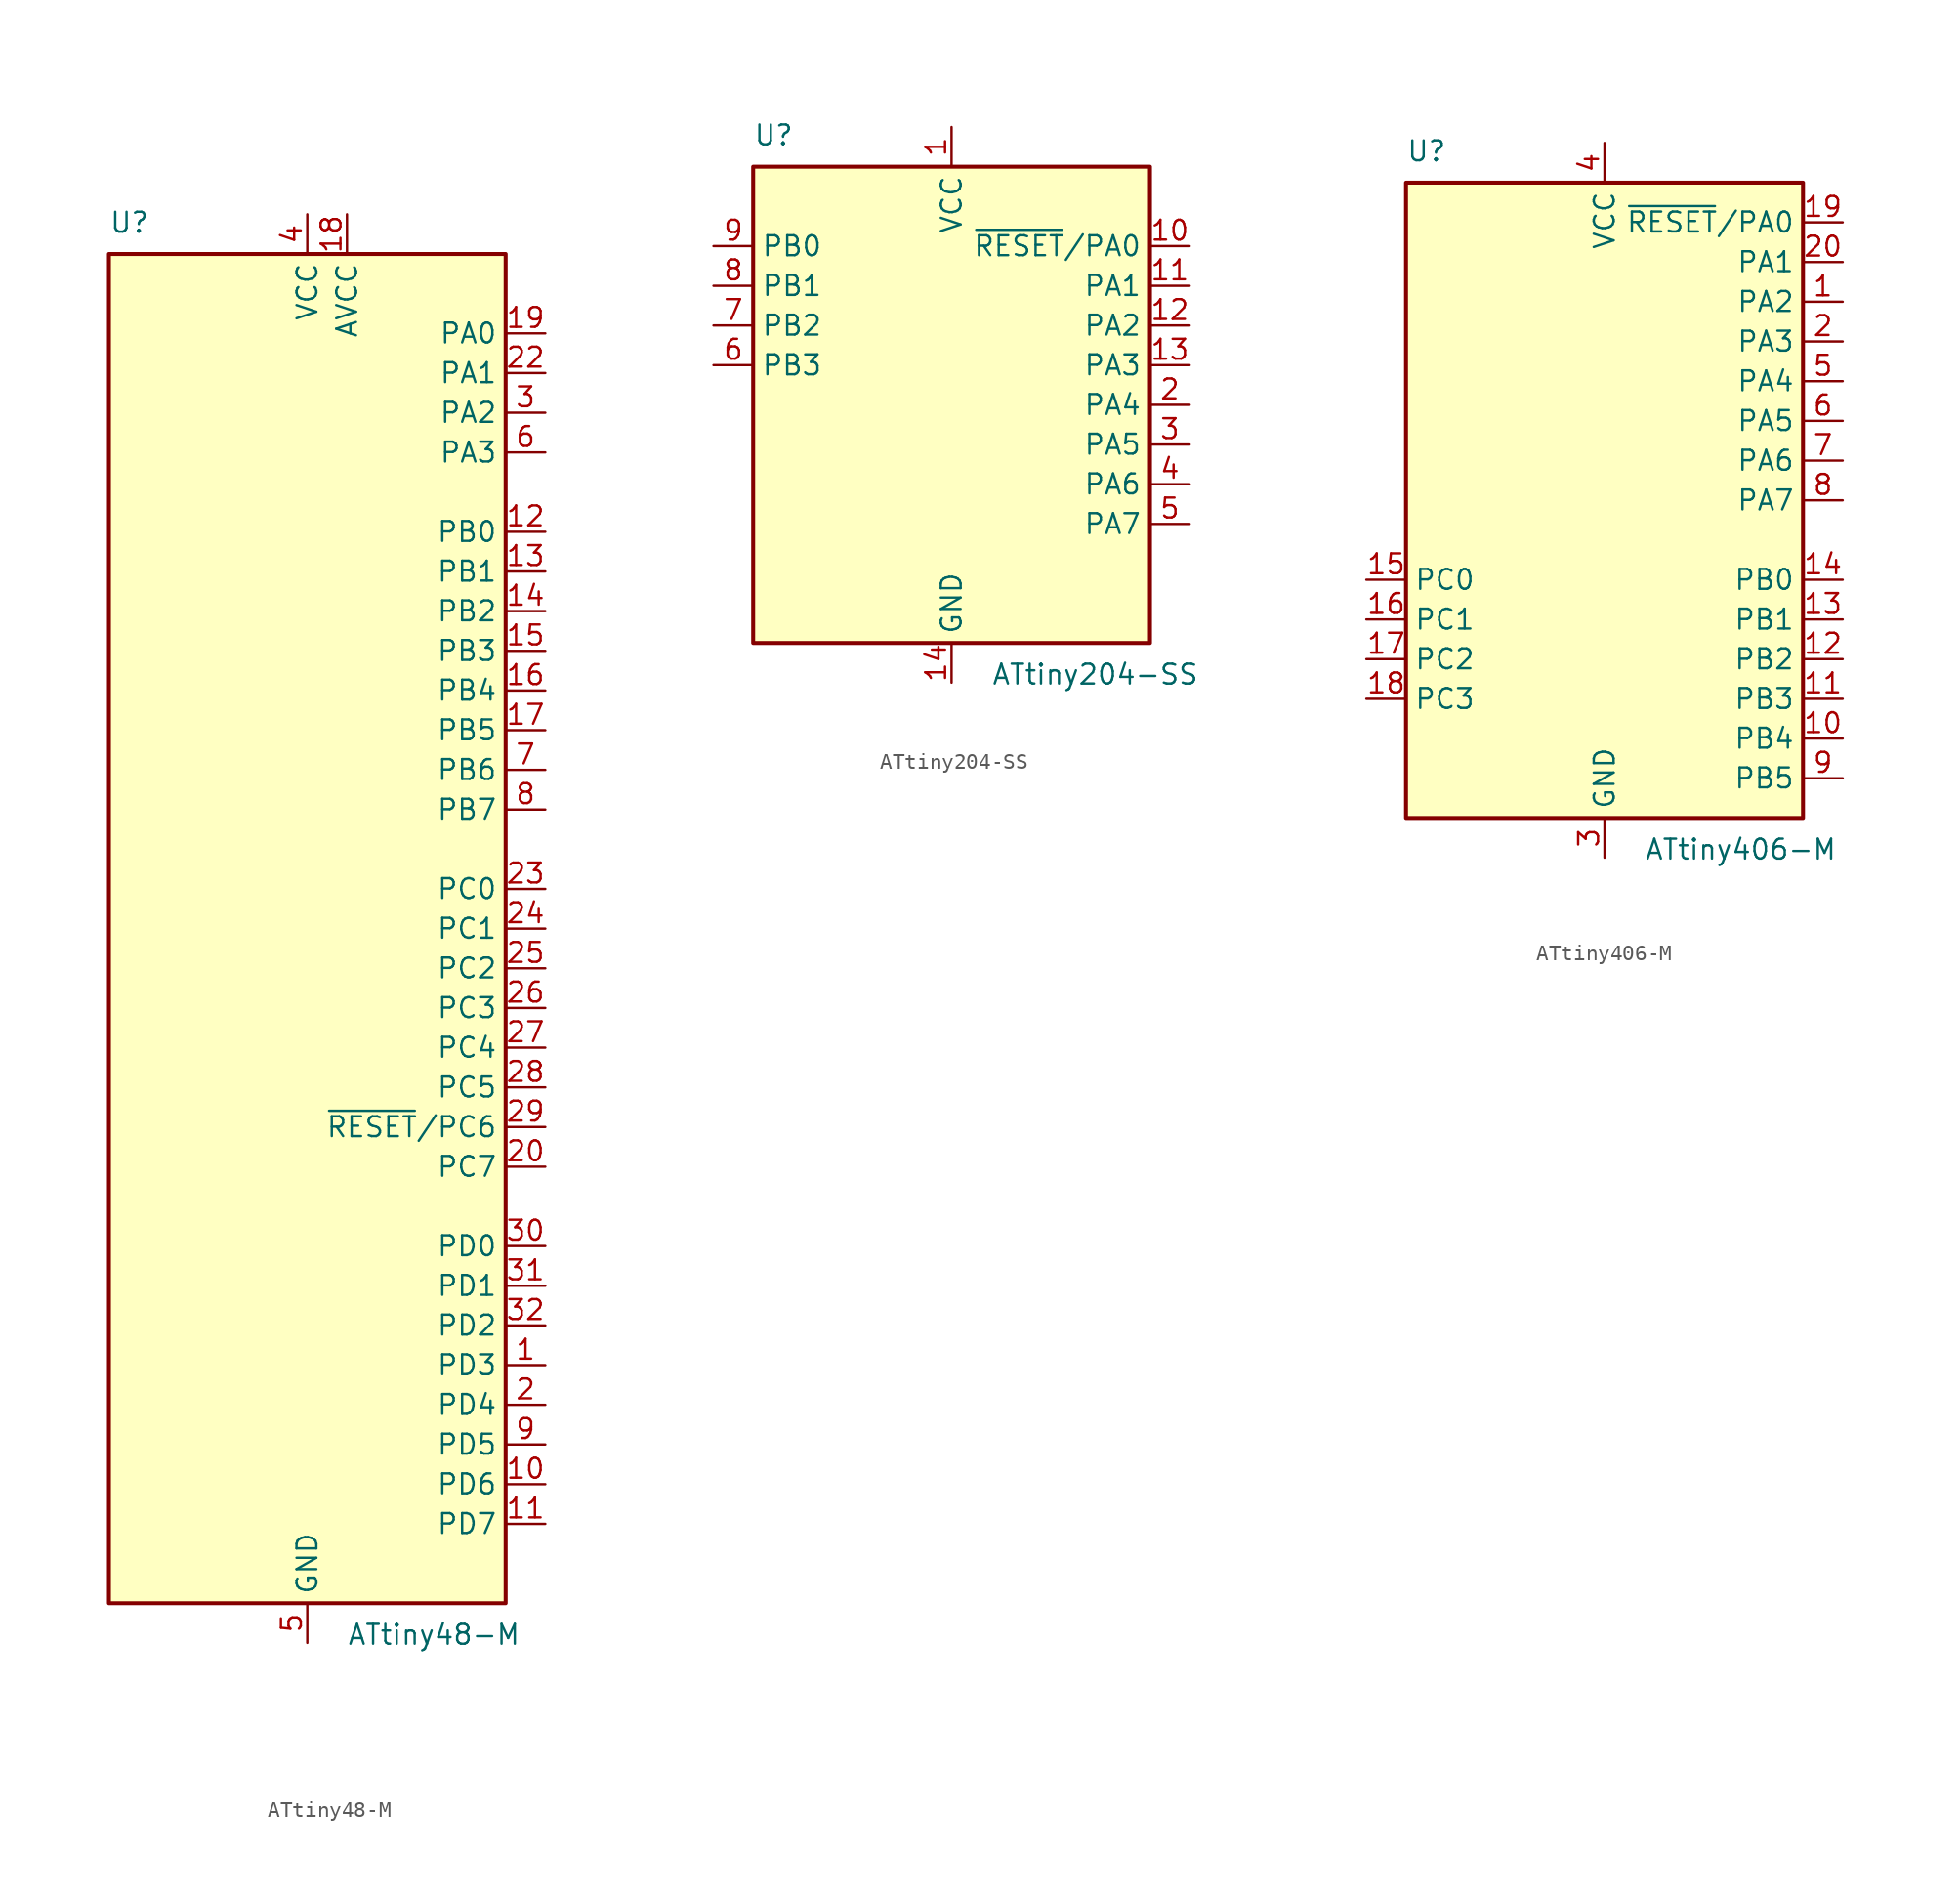
<source format=kicad_sym>
(kicad_symbol_lib
  (version 20201005)
  (generator kicad_symbol_editor)
  (symbol "MCU_Microchip_ATtiny:ATtiny48-M"
    (property "Reference" "U"
      (at -12.7 44.45 0)
      (effects (font (size 1.27 1.27)) (justify left bottom)))
    (property "Value" "ATtiny48-M"
      (at 2.54 -44.45 0)
      (effects (font (size 1.27 1.27)) (justify left top)))
    (symbol "ATtiny48-M_0_1"
      (rectangle (start -12.7 -43.18) (end 12.7 43.18) (stroke (width 0.254)) (fill (type background))))
    (symbol "ATtiny48-M_1_1"
      (pin bidirectional line (at 15.24 -27.94 180) (length 2.54) (name "PD3" (effects (font (size 1.27 1.27)))) (number "1" (effects (font (size 1.27 1.27)))))
      (pin bidirectional line (at 15.24 -35.56 180) (length 2.54) (name "PD6" (effects (font (size 1.27 1.27)))) (number "10" (effects (font (size 1.27 1.27)))))
      (pin bidirectional line (at 15.24 -38.1 180) (length 2.54) (name "PD7" (effects (font (size 1.27 1.27)))) (number "11" (effects (font (size 1.27 1.27)))))
      (pin bidirectional line (at 15.24 25.4 180) (length 2.54) (name "PB0" (effects (font (size 1.27 1.27)))) (number "12" (effects (font (size 1.27 1.27)))))
      (pin bidirectional line (at 15.24 22.86 180) (length 2.54) (name "PB1" (effects (font (size 1.27 1.27)))) (number "13" (effects (font (size 1.27 1.27)))))
      (pin bidirectional line (at 15.24 20.32 180) (length 2.54) (name "PB2" (effects (font (size 1.27 1.27)))) (number "14" (effects (font (size 1.27 1.27)))))
      (pin bidirectional line (at 15.24 17.78 180) (length 2.54) (name "PB3" (effects (font (size 1.27 1.27)))) (number "15" (effects (font (size 1.27 1.27)))))
      (pin bidirectional line (at 15.24 15.24 180) (length 2.54) (name "PB4" (effects (font (size 1.27 1.27)))) (number "16" (effects (font (size 1.27 1.27)))))
      (pin bidirectional line (at 15.24 12.7 180) (length 2.54) (name "PB5" (effects (font (size 1.27 1.27)))) (number "17" (effects (font (size 1.27 1.27)))))
      (pin power_in line (at 2.54 45.72 270) (length 2.54) (name "AVCC" (effects (font (size 1.27 1.27)))) (number "18" (effects (font (size 1.27 1.27)))))
      (pin bidirectional line (at 15.24 38.1 180) (length 2.54) (name "PA0" (effects (font (size 1.27 1.27)))) (number "19" (effects (font (size 1.27 1.27)))))
      (pin bidirectional line (at 15.24 -30.48 180) (length 2.54) (name "PD4" (effects (font (size 1.27 1.27)))) (number "2" (effects (font (size 1.27 1.27)))))
      (pin bidirectional line (at 15.24 -15.24 180) (length 2.54) (name "PC7" (effects (font (size 1.27 1.27)))) (number "20" (effects (font (size 1.27 1.27)))))
      (pin passive line (at 0 -45.72 90) (length 2.54) hide (name "GND" (effects (font (size 1.27 1.27)))) (number "21" (effects (font (size 1.27 1.27)))))
      (pin bidirectional line (at 15.24 35.56 180) (length 2.54) (name "PA1" (effects (font (size 1.27 1.27)))) (number "22" (effects (font (size 1.27 1.27)))))
      (pin bidirectional line (at 15.24 2.54 180) (length 2.54) (name "PC0" (effects (font (size 1.27 1.27)))) (number "23" (effects (font (size 1.27 1.27)))))
      (pin bidirectional line (at 15.24 0 180) (length 2.54) (name "PC1" (effects (font (size 1.27 1.27)))) (number "24" (effects (font (size 1.27 1.27)))))
      (pin bidirectional line (at 15.24 -2.54 180) (length 2.54) (name "PC2" (effects (font (size 1.27 1.27)))) (number "25" (effects (font (size 1.27 1.27)))))
      (pin bidirectional line (at 15.24 -5.08 180) (length 2.54) (name "PC3" (effects (font (size 1.27 1.27)))) (number "26" (effects (font (size 1.27 1.27)))))
      (pin bidirectional line (at 15.24 -7.62 180) (length 2.54) (name "PC4" (effects (font (size 1.27 1.27)))) (number "27" (effects (font (size 1.27 1.27)))))
      (pin bidirectional line (at 15.24 -10.16 180) (length 2.54) (name "PC5" (effects (font (size 1.27 1.27)))) (number "28" (effects (font (size 1.27 1.27)))))
      (pin bidirectional line (at 15.24 -12.7 180) (length 2.54) (name "~RESET~/PC6" (effects (font (size 1.27 1.27)))) (number "29" (effects (font (size 1.27 1.27)))))
      (pin bidirectional line (at 15.24 33.02 180) (length 2.54) (name "PA2" (effects (font (size 1.27 1.27)))) (number "3" (effects (font (size 1.27 1.27)))))
      (pin bidirectional line (at 15.24 -20.32 180) (length 2.54) (name "PD0" (effects (font (size 1.27 1.27)))) (number "30" (effects (font (size 1.27 1.27)))))
      (pin bidirectional line (at 15.24 -22.86 180) (length 2.54) (name "PD1" (effects (font (size 1.27 1.27)))) (number "31" (effects (font (size 1.27 1.27)))))
      (pin bidirectional line (at 15.24 -25.4 180) (length 2.54) (name "PD2" (effects (font (size 1.27 1.27)))) (number "32" (effects (font (size 1.27 1.27)))))
      (pin passive line (at 0 -45.72 90) (length 2.54) hide (name "GND" (effects (font (size 1.27 1.27)))) (number "33" (effects (font (size 1.27 1.27)))))
      (pin power_in line (at 0 45.72 270) (length 2.54) (name "VCC" (effects (font (size 1.27 1.27)))) (number "4" (effects (font (size 1.27 1.27)))))
      (pin power_in line (at 0 -45.72 90) (length 2.54) (name "GND" (effects (font (size 1.27 1.27)))) (number "5" (effects (font (size 1.27 1.27)))))
      (pin bidirectional line (at 15.24 30.48 180) (length 2.54) (name "PA3" (effects (font (size 1.27 1.27)))) (number "6" (effects (font (size 1.27 1.27)))))
      (pin bidirectional line (at 15.24 10.16 180) (length 2.54) (name "PB6" (effects (font (size 1.27 1.27)))) (number "7" (effects (font (size 1.27 1.27)))))
      (pin bidirectional line (at 15.24 7.62 180) (length 2.54) (name "PB7" (effects (font (size 1.27 1.27)))) (number "8" (effects (font (size 1.27 1.27)))))
      (pin bidirectional line (at 15.24 -33.02 180) (length 2.54) (name "PD5" (effects (font (size 1.27 1.27)))) (number "9" (effects (font (size 1.27 1.27)))))))
  (symbol "MCU_Microchip_ATtiny:ATtiny204-SS"
    (property "Reference" "U"
      (at -12.7 16.51 0)
      (effects (font (size 1.27 1.27)) (justify left bottom)))
    (property "Value" "ATtiny204-SS"
      (at 2.54 -16.51 0)
      (effects (font (size 1.27 1.27)) (justify left top)))
    (symbol "ATtiny204-SS_0_1"
      (rectangle (start -12.7 -15.24) (end 12.7 15.24) (stroke (width 0.254)) (fill (type background))))
    (symbol "ATtiny204-SS_1_1"
      (pin power_in line (at 0 17.78 270) (length 2.54) (name "VCC" (effects (font (size 1.27 1.27)))) (number "1" (effects (font (size 1.27 1.27)))))
      (pin bidirectional line (at 15.24 10.16 180) (length 2.54) (name "~RESET~/PA0" (effects (font (size 1.27 1.27)))) (number "10" (effects (font (size 1.27 1.27)))))
      (pin bidirectional line (at 15.24 7.62 180) (length 2.54) (name "PA1" (effects (font (size 1.27 1.27)))) (number "11" (effects (font (size 1.27 1.27)))))
      (pin bidirectional line (at 15.24 5.08 180) (length 2.54) (name "PA2" (effects (font (size 1.27 1.27)))) (number "12" (effects (font (size 1.27 1.27)))))
      (pin bidirectional line (at 15.24 2.54 180) (length 2.54) (name "PA3" (effects (font (size 1.27 1.27)))) (number "13" (effects (font (size 1.27 1.27)))))
      (pin power_in line (at 0 -17.78 90) (length 2.54) (name "GND" (effects (font (size 1.27 1.27)))) (number "14" (effects (font (size 1.27 1.27)))))
      (pin bidirectional line (at 15.24 0 180) (length 2.54) (name "PA4" (effects (font (size 1.27 1.27)))) (number "2" (effects (font (size 1.27 1.27)))))
      (pin bidirectional line (at 15.24 -2.54 180) (length 2.54) (name "PA5" (effects (font (size 1.27 1.27)))) (number "3" (effects (font (size 1.27 1.27)))))
      (pin bidirectional line (at 15.24 -5.08 180) (length 2.54) (name "PA6" (effects (font (size 1.27 1.27)))) (number "4" (effects (font (size 1.27 1.27)))))
      (pin bidirectional line (at 15.24 -7.62 180) (length 2.54) (name "PA7" (effects (font (size 1.27 1.27)))) (number "5" (effects (font (size 1.27 1.27)))))
      (pin bidirectional line (at -15.24 2.54 0) (length 2.54) (name "PB3" (effects (font (size 1.27 1.27)))) (number "6" (effects (font (size 1.27 1.27)))))
      (pin bidirectional line (at -15.24 5.08 0) (length 2.54) (name "PB2" (effects (font (size 1.27 1.27)))) (number "7" (effects (font (size 1.27 1.27)))))
      (pin bidirectional line (at -15.24 7.62 0) (length 2.54) (name "PB1" (effects (font (size 1.27 1.27)))) (number "8" (effects (font (size 1.27 1.27)))))
      (pin bidirectional line (at -15.24 10.16 0) (length 2.54) (name "PB0" (effects (font (size 1.27 1.27)))) (number "9" (effects (font (size 1.27 1.27)))))))
  (symbol "MCU_Microchip_ATtiny:ATtiny406-M"
    (property "Reference" "U"
      (at -12.7 21.59 0)
      (effects (font (size 1.27 1.27)) (justify left bottom)))
    (property "Value" "ATtiny406-M"
      (at 2.54 -21.59 0)
      (effects (font (size 1.27 1.27)) (justify left top)))
    (symbol "ATtiny406-M_0_1"
      (rectangle (start -12.7 -20.32) (end 12.7 20.32) (stroke (width 0.254)) (fill (type background))))
    (symbol "ATtiny406-M_1_1"
      (pin bidirectional line (at 15.24 12.7 180) (length 2.54) (name "PA2" (effects (font (size 1.27 1.27)))) (number "1" (effects (font (size 1.27 1.27)))))
      (pin bidirectional line (at 15.24 -15.24 180) (length 2.54) (name "PB4" (effects (font (size 1.27 1.27)))) (number "10" (effects (font (size 1.27 1.27)))))
      (pin bidirectional line (at 15.24 -12.7 180) (length 2.54) (name "PB3" (effects (font (size 1.27 1.27)))) (number "11" (effects (font (size 1.27 1.27)))))
      (pin bidirectional line (at 15.24 -10.16 180) (length 2.54) (name "PB2" (effects (font (size 1.27 1.27)))) (number "12" (effects (font (size 1.27 1.27)))))
      (pin bidirectional line (at 15.24 -7.62 180) (length 2.54) (name "PB1" (effects (font (size 1.27 1.27)))) (number "13" (effects (font (size 1.27 1.27)))))
      (pin bidirectional line (at 15.24 -5.08 180) (length 2.54) (name "PB0" (effects (font (size 1.27 1.27)))) (number "14" (effects (font (size 1.27 1.27)))))
      (pin bidirectional line (at -15.24 -5.08 0) (length 2.54) (name "PC0" (effects (font (size 1.27 1.27)))) (number "15" (effects (font (size 1.27 1.27)))))
      (pin bidirectional line (at -15.24 -7.62 0) (length 2.54) (name "PC1" (effects (font (size 1.27 1.27)))) (number "16" (effects (font (size 1.27 1.27)))))
      (pin bidirectional line (at -15.24 -10.16 0) (length 2.54) (name "PC2" (effects (font (size 1.27 1.27)))) (number "17" (effects (font (size 1.27 1.27)))))
      (pin bidirectional line (at -15.24 -12.7 0) (length 2.54) (name "PC3" (effects (font (size 1.27 1.27)))) (number "18" (effects (font (size 1.27 1.27)))))
      (pin bidirectional line (at 15.24 17.78 180) (length 2.54) (name "~RESET~/PA0" (effects (font (size 1.27 1.27)))) (number "19" (effects (font (size 1.27 1.27)))))
      (pin bidirectional line (at 15.24 10.16 180) (length 2.54) (name "PA3" (effects (font (size 1.27 1.27)))) (number "2" (effects (font (size 1.27 1.27)))))
      (pin bidirectional line (at 15.24 15.24 180) (length 2.54) (name "PA1" (effects (font (size 1.27 1.27)))) (number "20" (effects (font (size 1.27 1.27)))))
      (pin passive line (at 0 -22.86 90) (length 2.54) hide (name "GND" (effects (font (size 1.27 1.27)))) (number "21" (effects (font (size 1.27 1.27)))))
      (pin power_in line (at 0 -22.86 90) (length 2.54) (name "GND" (effects (font (size 1.27 1.27)))) (number "3" (effects (font (size 1.27 1.27)))))
      (pin power_in line (at 0 22.86 270) (length 2.54) (name "VCC" (effects (font (size 1.27 1.27)))) (number "4" (effects (font (size 1.27 1.27)))))
      (pin bidirectional line (at 15.24 7.62 180) (length 2.54) (name "PA4" (effects (font (size 1.27 1.27)))) (number "5" (effects (font (size 1.27 1.27)))))
      (pin bidirectional line (at 15.24 5.08 180) (length 2.54) (name "PA5" (effects (font (size 1.27 1.27)))) (number "6" (effects (font (size 1.27 1.27)))))
      (pin bidirectional line (at 15.24 2.54 180) (length 2.54) (name "PA6" (effects (font (size 1.27 1.27)))) (number "7" (effects (font (size 1.27 1.27)))))
      (pin bidirectional line (at 15.24 0 180) (length 2.54) (name "PA7" (effects (font (size 1.27 1.27)))) (number "8" (effects (font (size 1.27 1.27)))))
      (pin bidirectional line (at 15.24 -17.78 180) (length 2.54) (name "PB5" (effects (font (size 1.27 1.27)))) (number "9" (effects (font (size 1.27 1.27))))))))
</source>
